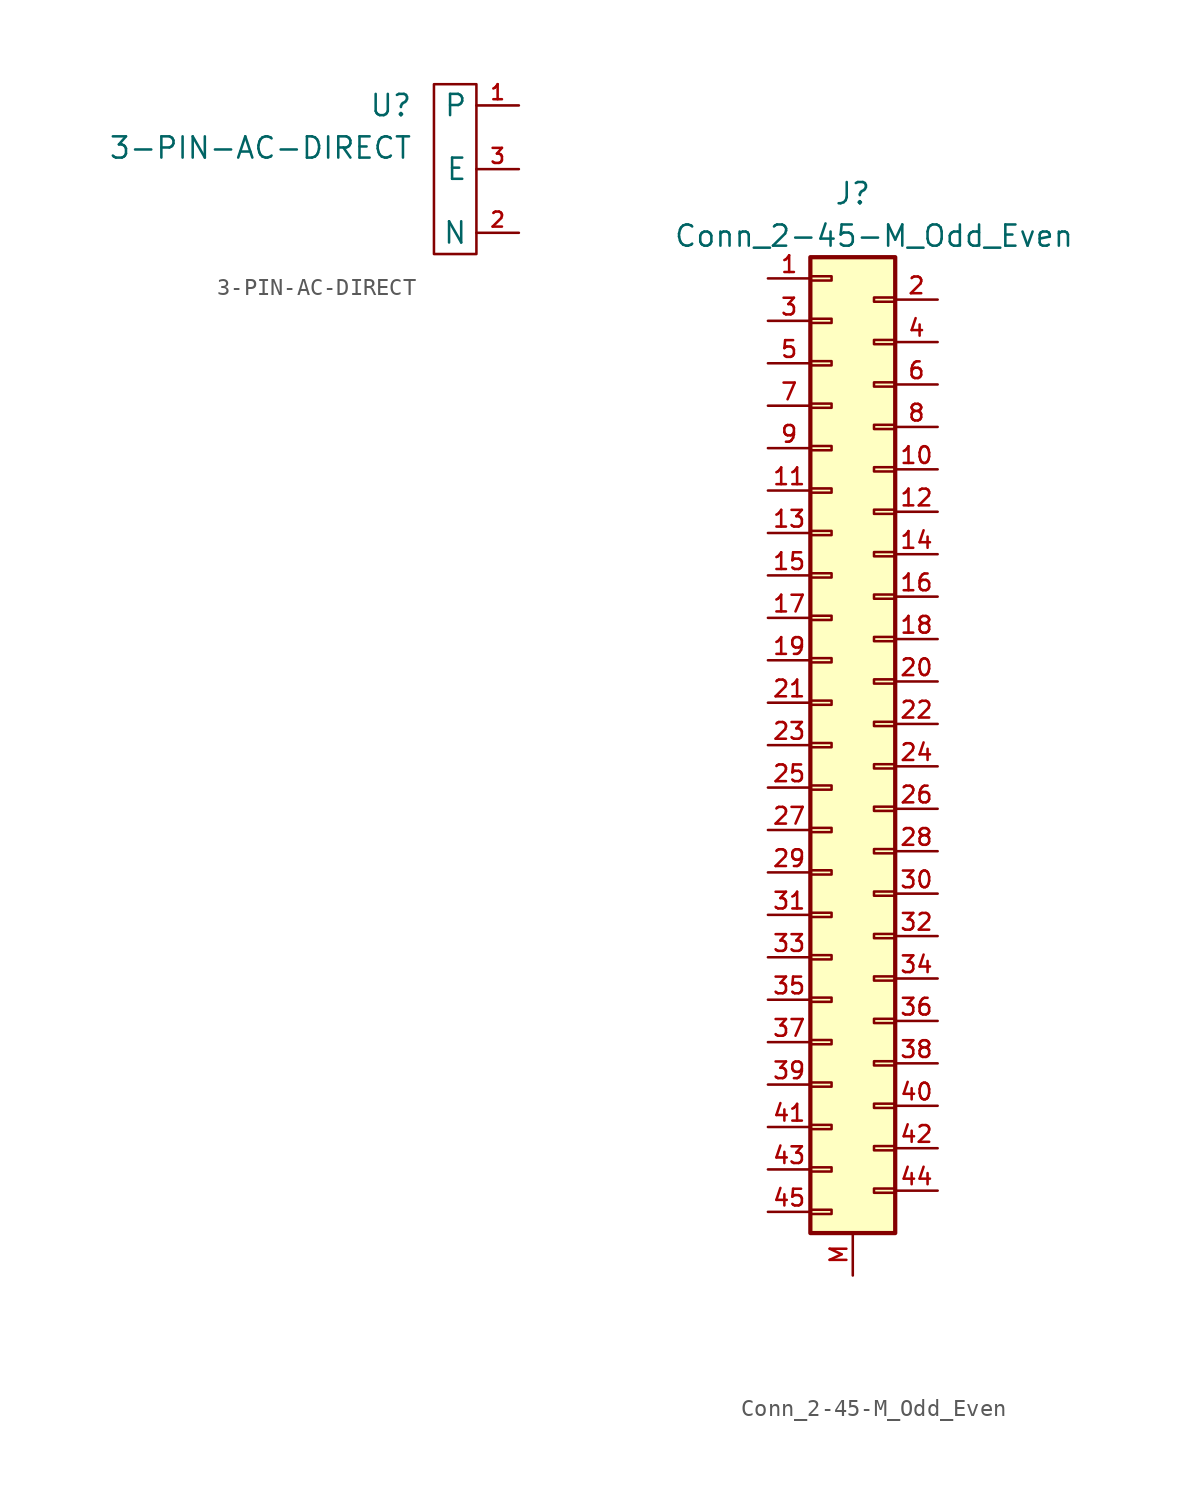
<source format=kicad_sym>
(kicad_symbol_lib
  (version 20231120)
  (generator "kicad_symbol_editor")
  (generator_version "8.0")
  (symbol "3-PIN-AC-DIRECT"
    (property "Reference" "U"
      (at -1.27 3.81 0)
      (effects (font (size 1.27 1.27)) (justify right)))
    (property "Value" "3-PIN-AC-DIRECT"
      (at -1.27 1.27 0)
      (effects (font (size 1.27 1.27)) (justify right)))
    (symbol "3-PIN-AC-DIRECT_0_1"
      (rectangle (start 0 5.08) (end 2.54 -5.08) (stroke (width 0) (type default)) (fill (type none))))
    (symbol "3-PIN-AC-DIRECT_1_1"
      (pin passive line (at 5.08 3.81 180) (length 2.54) (name "P" (effects (font (size 1.27 1.27)))) (number "1" (effects (font (size 0.9 0.9)))))
      (pin passive line (at 5.08 -3.81 180) (length 2.54) (name "N" (effects (font (size 1.27 1.27)))) (number "2" (effects (font (size 0.9 0.9)))))
      (pin passive line (at 5.08 0 180) (length 2.54) (name "E" (effects (font (size 1.27 1.27)))) (number "3" (effects (font (size 0.9 0.9)))))))
  (symbol "Conn_2-45-M_Odd_Even"
    (pin_names
      (offset 1.016) hide)
    (property "Reference" "J"
      (at 0 30.48 0)
      (effects (font (size 1.27 1.27))))
    (property "Value" "Conn_2-45-M_Odd_Even"
      (at 1.27 27.94 0)
      (effects (font (size 1.27 1.27))))
    (symbol "Conn_2-45-M_Odd_Even_1_1"
      (rectangle (start -2.54 -30.607) (end -1.27 -30.353) (stroke (width 0.152) (type default)) (fill (type none)))
      (rectangle (start -2.54 -27.813) (end -1.27 -28.067) (stroke (width 0.152) (type default)) (fill (type none)))
      (rectangle (start -2.54 -25.273) (end -1.27 -25.527) (stroke (width 0.152) (type default)) (fill (type none)))
      (rectangle (start -2.54 -22.733) (end -1.27 -22.987) (stroke (width 0.152) (type default)) (fill (type none)))
      (rectangle (start -2.54 -20.193) (end -1.27 -20.447) (stroke (width 0.152) (type default)) (fill (type none)))
      (rectangle (start -2.54 -17.653) (end -1.27 -17.907) (stroke (width 0.152) (type default)) (fill (type none)))
      (rectangle (start -2.54 -15.113) (end -1.27 -15.367) (stroke (width 0.152) (type default)) (fill (type none)))
      (rectangle (start -2.54 -12.573) (end -1.27 -12.827) (stroke (width 0.152) (type default)) (fill (type none)))
      (rectangle (start -2.54 -10.033) (end -1.27 -10.287) (stroke (width 0.152) (type default)) (fill (type none)))
      (rectangle (start -2.54 -7.493) (end -1.27 -7.747) (stroke (width 0.152) (type default)) (fill (type none)))
      (rectangle (start -2.54 -4.953) (end -1.27 -5.207) (stroke (width 0.152) (type default)) (fill (type none)))
      (rectangle (start -2.54 -2.413) (end -1.27 -2.667) (stroke (width 0.152) (type default)) (fill (type none)))
      (rectangle (start -2.54 0.127) (end -1.27 -0.127) (stroke (width 0.152) (type default)) (fill (type none)))
      (rectangle (start -2.54 2.667) (end -1.27 2.413) (stroke (width 0.152) (type default)) (fill (type none)))
      (rectangle (start -2.54 5.207) (end -1.27 4.953) (stroke (width 0.152) (type default)) (fill (type none)))
      (rectangle (start -2.54 7.747) (end -1.27 7.493) (stroke (width 0.152) (type default)) (fill (type none)))
      (rectangle (start -2.54 10.287) (end -1.27 10.033) (stroke (width 0.152) (type default)) (fill (type none)))
      (rectangle (start -2.54 12.827) (end -1.27 12.573) (stroke (width 0.152) (type default)) (fill (type none)))
      (rectangle (start -2.54 15.367) (end -1.27 15.113) (stroke (width 0.152) (type default)) (fill (type none)))
      (rectangle (start -2.54 17.907) (end -1.27 17.653) (stroke (width 0.152) (type default)) (fill (type none)))
      (rectangle (start -2.54 20.447) (end -1.27 20.193) (stroke (width 0.152) (type default)) (fill (type none)))
      (rectangle (start -2.54 22.987) (end -1.27 22.733) (stroke (width 0.152) (type default)) (fill (type none)))
      (rectangle (start -2.54 25.527) (end -1.27 25.273) (stroke (width 0.152) (type default)) (fill (type none)))
      (rectangle (start -2.54 26.67) (end 2.54 -31.75) (stroke (width 0.254) (type default)) (fill (type background)))
      (rectangle (start 2.54 -29.083) (end 1.27 -29.337) (stroke (width 0.152) (type default)) (fill (type none)))
      (rectangle (start 2.54 -26.543) (end 1.27 -26.797) (stroke (width 0.152) (type default)) (fill (type none)))
      (rectangle (start 2.54 -24.003) (end 1.27 -24.257) (stroke (width 0.152) (type default)) (fill (type none)))
      (rectangle (start 2.54 -21.463) (end 1.27 -21.717) (stroke (width 0.152) (type default)) (fill (type none)))
      (rectangle (start 2.54 -18.923) (end 1.27 -19.177) (stroke (width 0.152) (type default)) (fill (type none)))
      (rectangle (start 2.54 -16.383) (end 1.27 -16.637) (stroke (width 0.152) (type default)) (fill (type none)))
      (rectangle (start 2.54 -13.843) (end 1.27 -14.097) (stroke (width 0.152) (type default)) (fill (type none)))
      (rectangle (start 2.54 -11.303) (end 1.27 -11.557) (stroke (width 0.152) (type default)) (fill (type none)))
      (rectangle (start 2.54 -8.763) (end 1.27 -9.017) (stroke (width 0.152) (type default)) (fill (type none)))
      (rectangle (start 2.54 -6.223) (end 1.27 -6.477) (stroke (width 0.152) (type default)) (fill (type none)))
      (rectangle (start 2.54 -3.683) (end 1.27 -3.937) (stroke (width 0.152) (type default)) (fill (type none)))
      (rectangle (start 2.54 -1.143) (end 1.27 -1.397) (stroke (width 0.152) (type default)) (fill (type none)))
      (rectangle (start 2.54 1.397) (end 1.27 1.143) (stroke (width 0.152) (type default)) (fill (type none)))
      (rectangle (start 2.54 3.937) (end 1.27 3.683) (stroke (width 0.152) (type default)) (fill (type none)))
      (rectangle (start 2.54 6.477) (end 1.27 6.223) (stroke (width 0.152) (type default)) (fill (type none)))
      (rectangle (start 2.54 9.017) (end 1.27 8.763) (stroke (width 0.152) (type default)) (fill (type none)))
      (rectangle (start 2.54 11.557) (end 1.27 11.303) (stroke (width 0.152) (type default)) (fill (type none)))
      (rectangle (start 2.54 14.097) (end 1.27 13.843) (stroke (width 0.152) (type default)) (fill (type none)))
      (rectangle (start 2.54 16.637) (end 1.27 16.383) (stroke (width 0.152) (type default)) (fill (type none)))
      (rectangle (start 2.54 19.177) (end 1.27 18.923) (stroke (width 0.152) (type default)) (fill (type none)))
      (rectangle (start 2.54 21.717) (end 1.27 21.463) (stroke (width 0.152) (type default)) (fill (type none)))
      (rectangle (start 2.54 24.257) (end 1.27 24.003) (stroke (width 0.152) (type default)) (fill (type none)))
      (pin passive line (at -5.08 25.4 0) (length 2.54) (name "Pin_1" (effects (font (size 1.27 1.27)))) (number "1" (effects (font (size 1 1)))))
      (pin passive line (at 5.08 13.97 180) (length 2.54) (name "Pin_10" (effects (font (size 1.27 1.27)))) (number "10" (effects (font (size 1 1)))))
      (pin passive line (at -5.08 12.7 0) (length 2.54) (name "Pin_11" (effects (font (size 1.27 1.27)))) (number "11" (effects (font (size 1 1)))))
      (pin passive line (at 5.08 11.43 180) (length 2.54) (name "Pin_12" (effects (font (size 1.27 1.27)))) (number "12" (effects (font (size 1 1)))))
      (pin passive line (at -5.08 10.16 0) (length 2.54) (name "Pin_13" (effects (font (size 1.27 1.27)))) (number "13" (effects (font (size 1 1)))))
      (pin passive line (at 5.08 8.89 180) (length 2.54) (name "Pin_14" (effects (font (size 1.27 1.27)))) (number "14" (effects (font (size 1 1)))))
      (pin passive line (at -5.08 7.62 0) (length 2.54) (name "Pin_15" (effects (font (size 1.27 1.27)))) (number "15" (effects (font (size 1 1)))))
      (pin passive line (at 5.08 6.35 180) (length 2.54) (name "Pin_16" (effects (font (size 1.27 1.27)))) (number "16" (effects (font (size 1 1)))))
      (pin passive line (at -5.08 5.08 0) (length 2.54) (name "Pin_17" (effects (font (size 1.27 1.27)))) (number "17" (effects (font (size 1 1)))))
      (pin passive line (at 5.08 3.81 180) (length 2.54) (name "Pin_18" (effects (font (size 1.27 1.27)))) (number "18" (effects (font (size 1 1)))))
      (pin passive line (at -5.08 2.54 0) (length 2.54) (name "Pin_19" (effects (font (size 1.27 1.27)))) (number "19" (effects (font (size 1 1)))))
      (pin passive line (at 5.08 24.13 180) (length 2.54) (name "Pin_2" (effects (font (size 1.27 1.27)))) (number "2" (effects (font (size 1 1)))))
      (pin passive line (at 5.08 1.27 180) (length 2.54) (name "Pin_20" (effects (font (size 1.27 1.27)))) (number "20" (effects (font (size 1 1)))))
      (pin passive line (at -5.08 0 0) (length 2.54) (name "Pin_21" (effects (font (size 1.27 1.27)))) (number "21" (effects (font (size 1 1)))))
      (pin passive line (at 5.08 -1.27 180) (length 2.54) (name "Pin_22" (effects (font (size 1.27 1.27)))) (number "22" (effects (font (size 1 1)))))
      (pin passive line (at -5.08 -2.54 0) (length 2.54) (name "Pin_23" (effects (font (size 1.27 1.27)))) (number "23" (effects (font (size 1 1)))))
      (pin passive line (at 5.08 -3.81 180) (length 2.54) (name "Pin_24" (effects (font (size 1.27 1.27)))) (number "24" (effects (font (size 1 1)))))
      (pin passive line (at -5.08 -5.08 0) (length 2.54) (name "Pin_25" (effects (font (size 1.27 1.27)))) (number "25" (effects (font (size 1 1)))))
      (pin passive line (at 5.08 -6.35 180) (length 2.54) (name "Pin_26" (effects (font (size 1.27 1.27)))) (number "26" (effects (font (size 1 1)))))
      (pin passive line (at -5.08 -7.62 0) (length 2.54) (name "Pin_27" (effects (font (size 1.27 1.27)))) (number "27" (effects (font (size 1 1)))))
      (pin passive line (at 5.08 -8.89 180) (length 2.54) (name "Pin_28" (effects (font (size 1.27 1.27)))) (number "28" (effects (font (size 1 1)))))
      (pin passive line (at -5.08 -10.16 0) (length 2.54) (name "Pin_29" (effects (font (size 1.27 1.27)))) (number "29" (effects (font (size 1 1)))))
      (pin passive line (at -5.08 22.86 0) (length 2.54) (name "Pin_3" (effects (font (size 1.27 1.27)))) (number "3" (effects (font (size 1 1)))))
      (pin passive line (at 5.08 -11.43 180) (length 2.54) (name "Pin_30" (effects (font (size 1.27 1.27)))) (number "30" (effects (font (size 1 1)))))
      (pin passive line (at -5.08 -12.7 0) (length 2.54) (name "Pin_31" (effects (font (size 1.27 1.27)))) (number "31" (effects (font (size 1 1)))))
      (pin passive line (at 5.08 -13.97 180) (length 2.54) (name "Pin_32" (effects (font (size 1.27 1.27)))) (number "32" (effects (font (size 1 1)))))
      (pin passive line (at -5.08 -15.24 0) (length 2.54) (name "Pin_33" (effects (font (size 1.27 1.27)))) (number "33" (effects (font (size 1 1)))))
      (pin passive line (at 5.08 -16.51 180) (length 2.54) (name "Pin_34" (effects (font (size 1.27 1.27)))) (number "34" (effects (font (size 1 1)))))
      (pin passive line (at -5.08 -17.78 0) (length 2.54) (name "Pin_35" (effects (font (size 1.27 1.27)))) (number "35" (effects (font (size 1 1)))))
      (pin passive line (at 5.08 -19.05 180) (length 2.54) (name "Pin_36" (effects (font (size 1.27 1.27)))) (number "36" (effects (font (size 1 1)))))
      (pin passive line (at -5.08 -20.32 0) (length 2.54) (name "Pin_37" (effects (font (size 1.27 1.27)))) (number "37" (effects (font (size 1 1)))))
      (pin passive line (at 5.08 -21.59 180) (length 2.54) (name "Pin_38" (effects (font (size 1.27 1.27)))) (number "38" (effects (font (size 1 1)))))
      (pin passive line (at -5.08 -22.86 0) (length 2.54) (name "Pin_39" (effects (font (size 1.27 1.27)))) (number "39" (effects (font (size 1 1)))))
      (pin passive line (at 5.08 21.59 180) (length 2.54) (name "Pin_4" (effects (font (size 1.27 1.27)))) (number "4" (effects (font (size 1 1)))))
      (pin passive line (at 5.08 -24.13 180) (length 2.54) (name "Pin_40" (effects (font (size 1.27 1.27)))) (number "40" (effects (font (size 1 1)))))
      (pin passive line (at -5.08 -25.4 0) (length 2.54) (name "Pin_41" (effects (font (size 1.27 1.27)))) (number "41" (effects (font (size 1 1)))))
      (pin passive line (at 5.08 -26.67 180) (length 2.54) (name "Pin_42" (effects (font (size 1.27 1.27)))) (number "42" (effects (font (size 1 1)))))
      (pin passive line (at -5.08 -27.94 0) (length 2.54) (name "Pin_43" (effects (font (size 1.27 1.27)))) (number "43" (effects (font (size 1 1)))))
      (pin passive line (at 5.08 -29.21 180) (length 2.54) (name "Pin_44" (effects (font (size 1.27 1.27)))) (number "44" (effects (font (size 1 1)))))
      (pin passive line (at -5.08 -30.48 0) (length 2.54) (name "Pin_45" (effects (font (size 1.27 1.27)))) (number "45" (effects (font (size 1 1)))))
      (pin passive line (at -5.08 20.32 0) (length 2.54) (name "Pin_5" (effects (font (size 1.27 1.27)))) (number "5" (effects (font (size 1 1)))))
      (pin passive line (at 5.08 19.05 180) (length 2.54) (name "Pin_6" (effects (font (size 1.27 1.27)))) (number "6" (effects (font (size 1 1)))))
      (pin passive line (at -5.08 17.78 0) (length 2.54) (name "Pin_7" (effects (font (size 1.27 1.27)))) (number "7" (effects (font (size 1 1)))))
      (pin passive line (at 5.08 16.51 180) (length 2.54) (name "Pin_8" (effects (font (size 1.27 1.27)))) (number "8" (effects (font (size 1 1)))))
      (pin passive line (at -5.08 15.24 0) (length 2.54) (name "Pin_9" (effects (font (size 1.27 1.27)))) (number "9" (effects (font (size 1 1)))))
      (pin passive line (at 0 -34.29 90) (length 2.54) (name "MNT" (effects (font (size 1.27 1.27)))) (number "M" (effects (font (size 1 1))))))))
</source>
